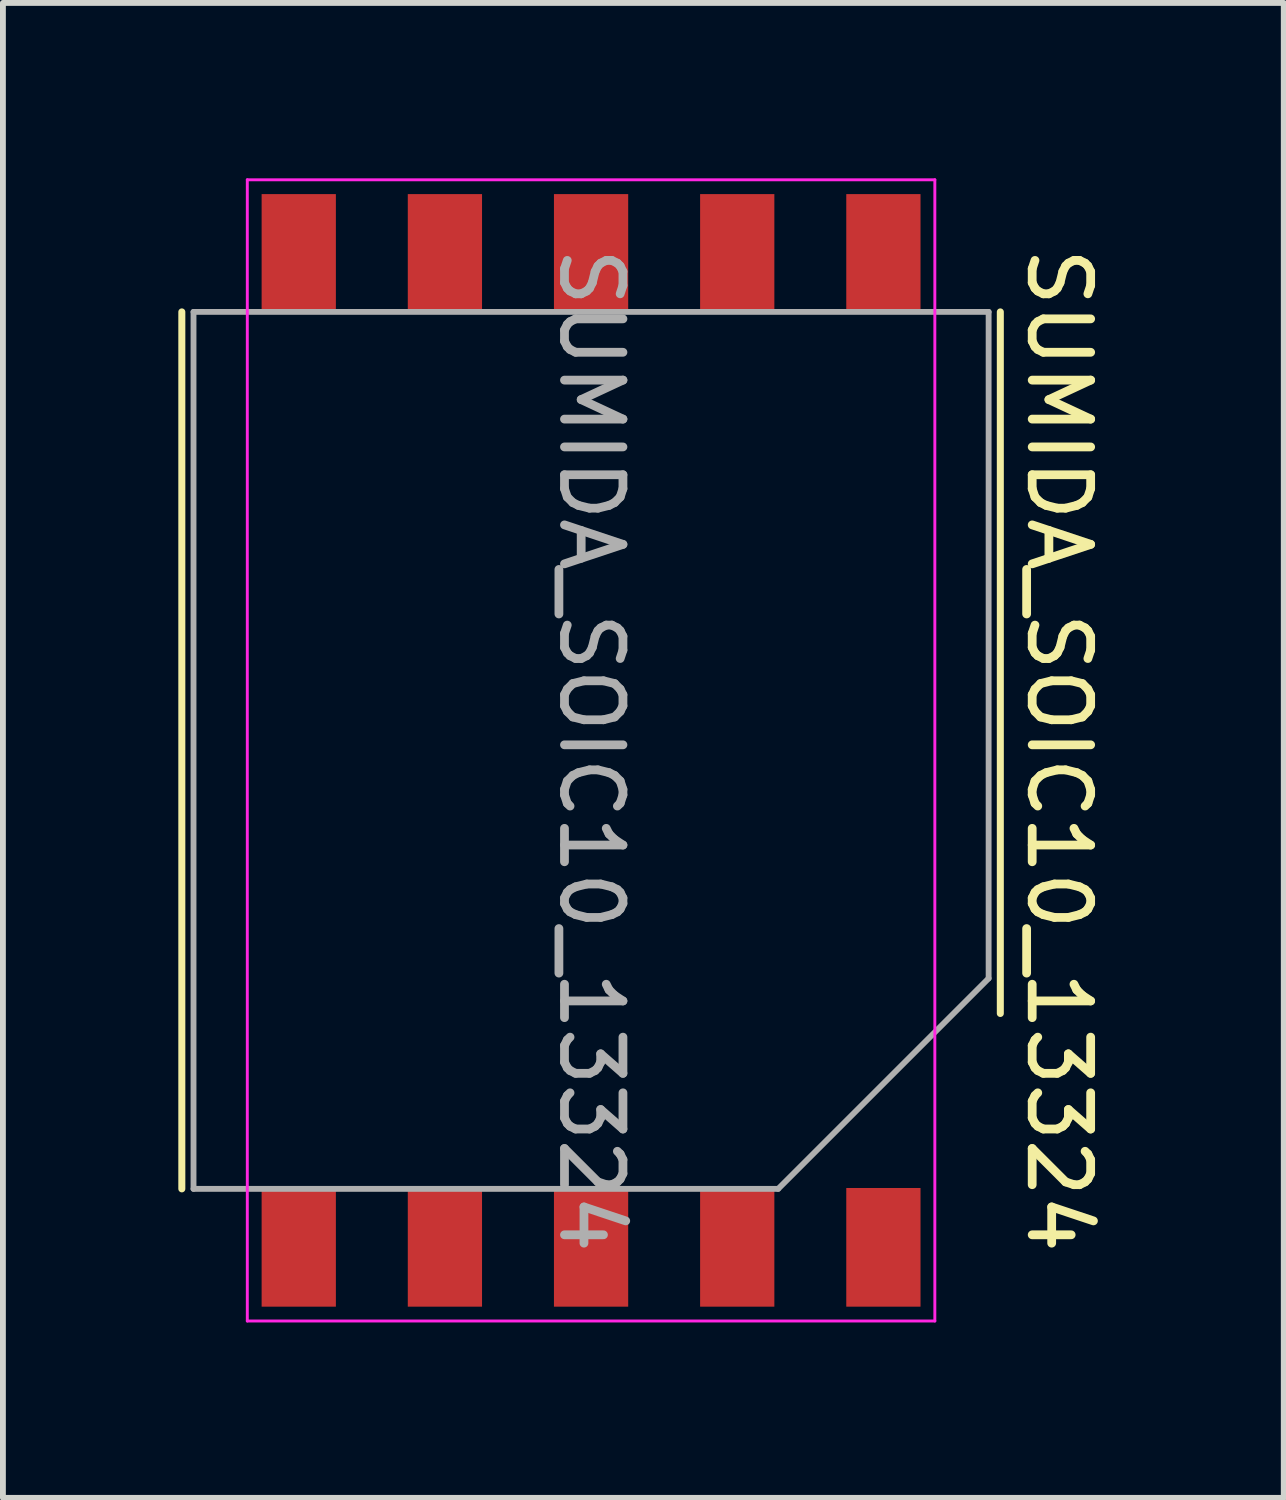
<source format=kicad_pcb>
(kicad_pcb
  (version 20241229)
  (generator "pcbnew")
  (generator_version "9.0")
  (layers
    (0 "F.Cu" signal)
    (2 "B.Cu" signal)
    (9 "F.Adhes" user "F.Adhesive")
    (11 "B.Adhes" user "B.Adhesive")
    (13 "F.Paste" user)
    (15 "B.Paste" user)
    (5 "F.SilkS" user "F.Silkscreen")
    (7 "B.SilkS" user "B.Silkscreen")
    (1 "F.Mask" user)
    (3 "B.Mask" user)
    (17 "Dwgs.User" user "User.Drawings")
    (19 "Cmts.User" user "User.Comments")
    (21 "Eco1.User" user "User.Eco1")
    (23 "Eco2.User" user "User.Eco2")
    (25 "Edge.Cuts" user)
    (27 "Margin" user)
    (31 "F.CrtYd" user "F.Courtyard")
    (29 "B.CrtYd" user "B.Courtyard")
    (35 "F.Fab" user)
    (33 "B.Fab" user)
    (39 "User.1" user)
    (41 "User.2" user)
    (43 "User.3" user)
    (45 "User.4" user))
  (footprint "SUMIDA_SOIC10_13324"
    (layer "F.Cu")
    (at 10.86 9.785)
    (property "Reference" "SUMIDA_SOIC10_13324" (at 4.2 0 270) (unlocked yes) (layer "F.SilkS") (effects (font (size 1 1) (thickness 0.15))))
    (attr smd)
    (fp_line (start -10.8 -7.5) (end -10.8 7.5) (stroke (width 0.12) (type default)) (layer "F.SilkS"))
    (fp_line (start 3.2 4.5) (end 3.2 -7.5) (stroke (width 0.12) (type default)) (layer "F.SilkS"))
    (fp_line (start -9.68 -9.76) (end 2.08 -9.76) (stroke (width 0.05) (type default)) (layer "F.CrtYd"))
    (fp_line (start -9.68 9.76) (end -9.68 -9.76) (stroke (width 0.05) (type default)) (layer "F.CrtYd"))
    (fp_line (start 2.08 -9.76) (end 2.08 9.76) (stroke (width 0.05) (type default)) (layer "F.CrtYd"))
    (fp_line (start 2.08 9.76) (end -9.68 9.76) (stroke (width 0.05) (type default)) (layer "F.CrtYd"))
    (fp_line (start -10.6 -7.5) (end 3 -7.5) (stroke (width 0.1) (type default)) (layer "F.Fab"))
    (fp_line (start -10.6 7.5) (end -10.6 -7.5) (stroke (width 0.1) (type default)) (layer "F.Fab"))
    (fp_line (start -0.6 7.5) (end -10.6 7.5) (stroke (width 0.1) (type default)) (layer "F.Fab"))
    (fp_line (start 3 -7.5) (end 3 3.9) (stroke (width 0.1) (type default)) (layer "F.Fab"))
    (fp_line (start 3 3.9) (end -0.6 7.5) (stroke (width 0.1) (type default)) (layer "F.Fab"))
    (fp_text user "${REFERENCE}" (at -3.8 0 270) (unlocked yes) (layer "F.Fab") (effects (font (size 1 1) (thickness 0.15))))
    (pad "1" smd rect (at 1.2 8.5) (size 1.27 2.03) (layers "F.Cu" "F.Mask" "F.Paste"))
    (pad "2" smd rect (at -1.3 8.5) (size 1.27 2.03) (layers "F.Cu" "F.Mask" "F.Paste"))
    (pad "3" smd rect (at -3.8 8.5) (size 1.27 2.03) (layers "F.Cu" "F.Mask" "F.Paste"))
    (pad "4" smd rect (at -6.3 8.5) (size 1.27 2.03) (layers "F.Cu" "F.Mask" "F.Paste"))
    (pad "5" smd rect (at -8.8 8.5) (size 1.27 2.03) (layers "F.Cu" "F.Mask" "F.Paste"))
    (pad "6" smd rect (at -8.8 -8.5) (size 1.27 2.03) (layers "F.Cu" "F.Mask" "F.Paste"))
    (pad "7" smd rect (at -6.3 -8.5) (size 1.27 2.03) (layers "F.Cu" "F.Mask" "F.Paste"))
    (pad "8" smd rect (at -3.8 -8.5) (size 1.27 2.03) (layers "F.Cu" "F.Mask" "F.Paste"))
    (pad "9" smd rect (at -1.3 -8.5) (size 1.27 2.03) (layers "F.Cu" "F.Mask" "F.Paste"))
    (pad "10" smd rect (at 1.2 -8.5) (size 1.27 2.03) (layers "F.Cu" "F.Mask" "F.Paste")))
  (gr_rect
    (start -3 -3)
    (end 18.908 22.57)
    (stroke (width 0.1) (type default))
    (fill no)
    (layer "Edge.Cuts")))
</source>
